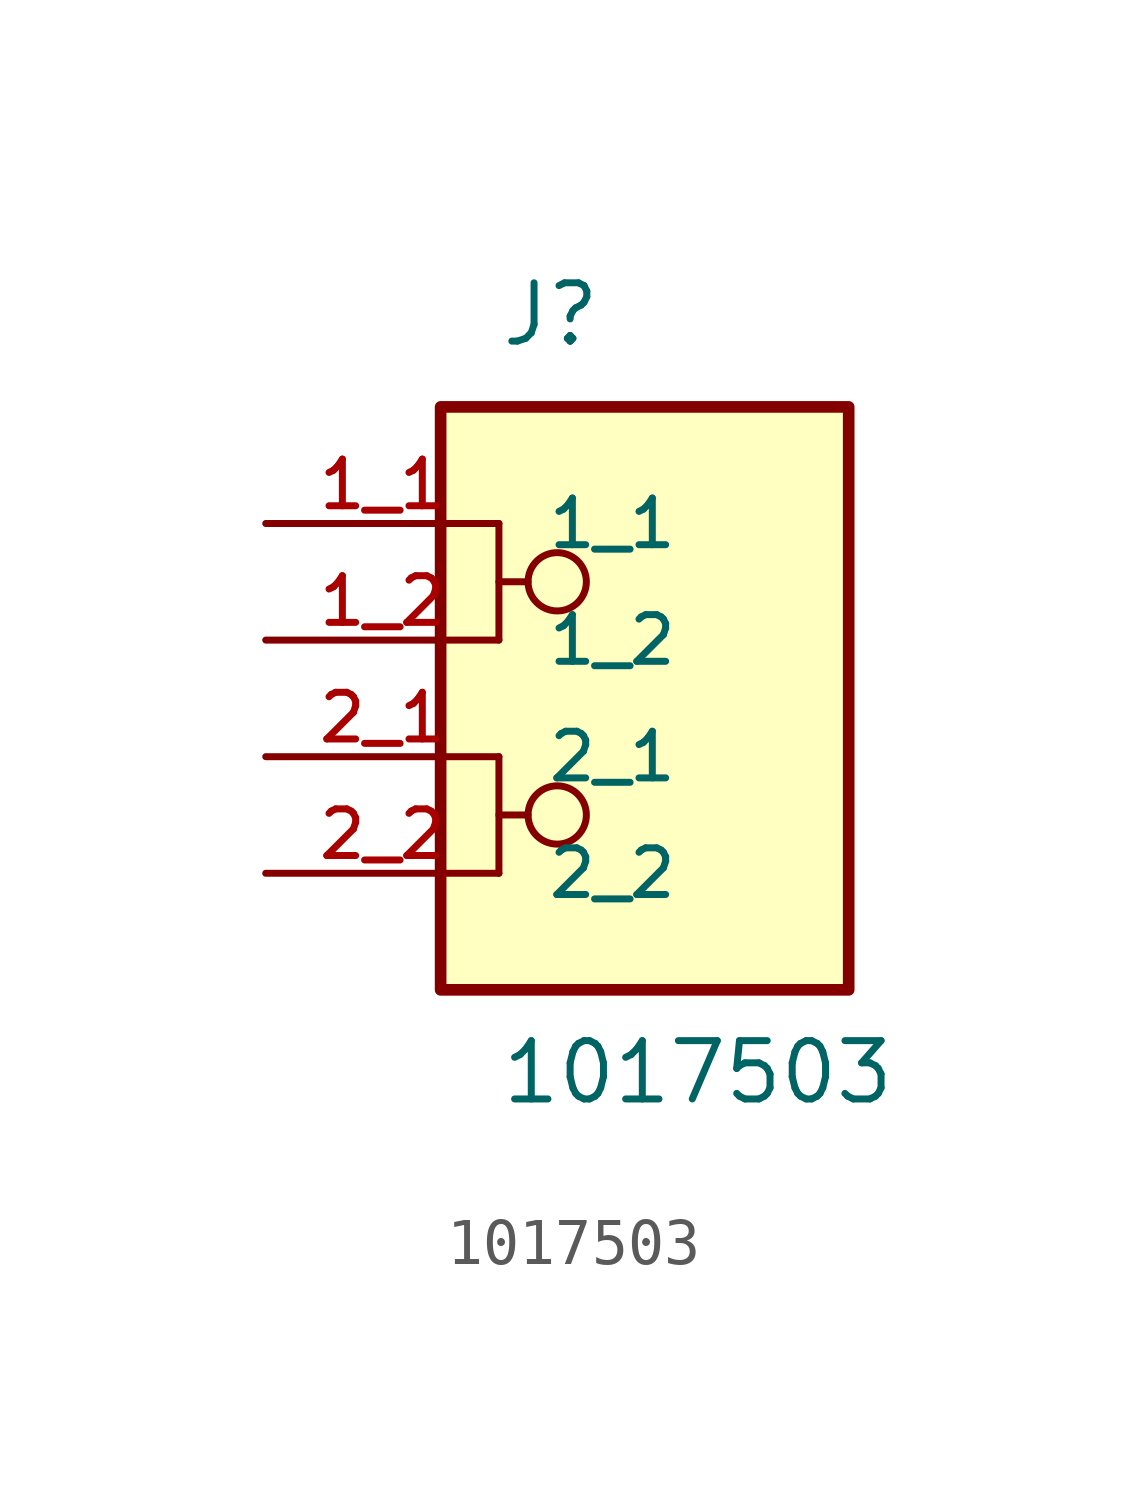
<source format=kicad_sym>
(kicad_symbol_lib
  (version 20211014)
  (generator kicad_symbol_editor)
  (symbol "1017503"
    (pin_names
      (offset 1.016))
    (property "Reference" "J"
      (at -2.54 6.35 0)
      (effects (font (size 1.27 1.27)) (justify bottom left)))
    (property "Value" "1017503"
      (at -2.54 -10.16 0)
      (effects (font (size 1.27 1.27)) (justify bottom left)))
    (symbol "1017503_0_0"
      (polyline (pts (xy -2.54 2.54) (xy -2.54 0.0)) (stroke (width 0.152)))
      (polyline (pts (xy -2.54 1.27) (xy -1.905 1.27)) (stroke (width 0.152)))
      (circle (center -1.27 1.27) (radius 0.635) (stroke (width 0.152)) (fill (type none)))
      (polyline (pts (xy -2.54 -2.54) (xy -2.54 -5.08)) (stroke (width 0.152)))
      (polyline (pts (xy -2.54 -3.81) (xy -1.905 -3.81)) (stroke (width 0.152)))
      (circle (center -1.27 -3.81) (radius 0.635) (stroke (width 0.152)) (fill (type none)))
      (rectangle (start -3.81 -7.62) (end 5.08 5.08) (stroke (width 0.254)) (fill (type background)))
      (pin passive line (at -7.62 2.54 0) (length 5.08) (name "1_1" (effects (font (size 1.016 1.016)))) (number "1_1" (effects (font (size 1.016 1.016)))))
      (pin passive line (at -7.62 0.0 0) (length 5.08) (name "1_2" (effects (font (size 1.016 1.016)))) (number "1_2" (effects (font (size 1.016 1.016)))))
      (pin passive line (at -7.62 -2.54 0) (length 5.08) (name "2_1" (effects (font (size 1.016 1.016)))) (number "2_1" (effects (font (size 1.016 1.016)))))
      (pin passive line (at -7.62 -5.08 0) (length 5.08) (name "2_2" (effects (font (size 1.016 1.016)))) (number "2_2" (effects (font (size 1.016 1.016))))))))
</source>
